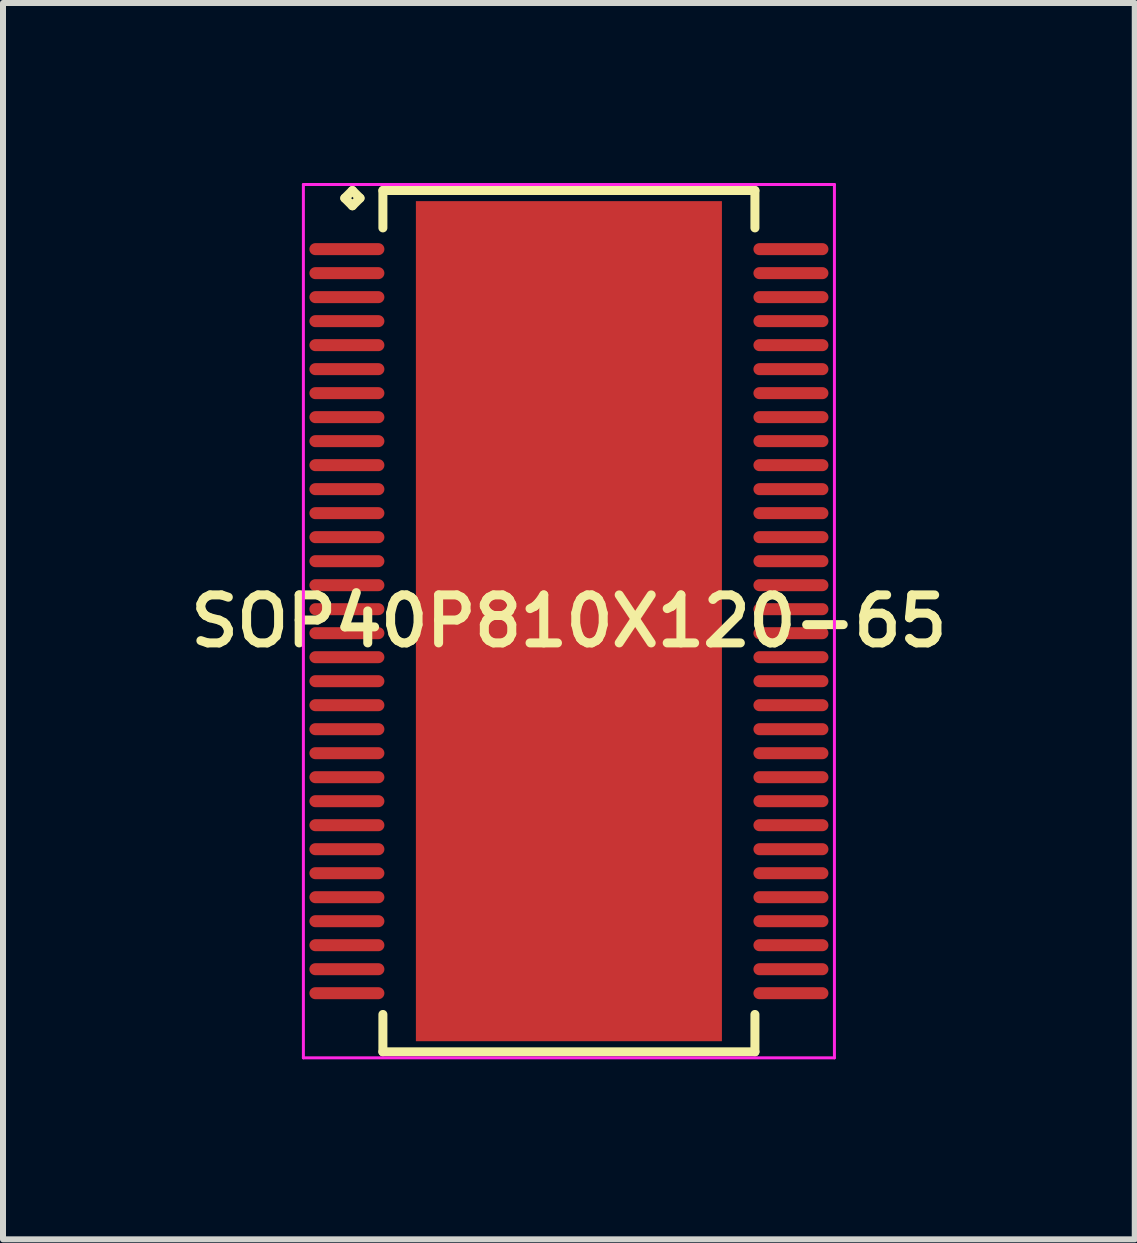
<source format=kicad_pcb>
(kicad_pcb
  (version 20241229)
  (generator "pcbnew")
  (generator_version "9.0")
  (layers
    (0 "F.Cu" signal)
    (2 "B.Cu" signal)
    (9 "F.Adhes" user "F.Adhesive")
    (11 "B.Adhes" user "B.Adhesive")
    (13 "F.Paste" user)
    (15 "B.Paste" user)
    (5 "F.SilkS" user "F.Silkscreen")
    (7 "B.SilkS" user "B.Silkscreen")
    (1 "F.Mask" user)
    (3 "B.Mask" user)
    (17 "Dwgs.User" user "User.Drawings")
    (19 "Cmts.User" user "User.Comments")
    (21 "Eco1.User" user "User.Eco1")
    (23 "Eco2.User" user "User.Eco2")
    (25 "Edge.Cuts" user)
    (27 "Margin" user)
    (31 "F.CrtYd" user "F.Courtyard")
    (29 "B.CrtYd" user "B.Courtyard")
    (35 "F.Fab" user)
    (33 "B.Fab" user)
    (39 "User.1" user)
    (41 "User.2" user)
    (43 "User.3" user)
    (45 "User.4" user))
  (footprint "SOP40P810X120-65"
    (layer "F.Cu")
    (at 6.431 7.302)
    (property "Reference" "SOP40P810X120-65" (at 0 0 0) (layer "F.SilkS") (effects (font (size 0.8 0.8) (thickness 0.15))))
    (attr smd)
    (fp_line (start -3.735 -7.05) (end -3.608 -7.177) (stroke (width 0.15) (type solid)) (layer "F.SilkS"))
    (fp_line (start -3.608 -7.177) (end -3.481 -7.05) (stroke (width 0.15) (type solid)) (layer "F.SilkS"))
    (fp_line (start -3.608 -6.923) (end -3.735 -7.05) (stroke (width 0.15) (type solid)) (layer "F.SilkS"))
    (fp_line (start -3.481 -7.05) (end -3.608 -6.923) (stroke (width 0.15) (type solid)) (layer "F.SilkS"))
    (fp_line (start -3.1 -7.177) (end 3.1 -7.177) (stroke (width 0.15) (type solid)) (layer "F.SilkS"))
    (fp_line (start -3.1 -6.554) (end -3.1 -7.177) (stroke (width 0.15) (type solid)) (layer "F.SilkS"))
    (fp_line (start -3.1 6.554) (end -3.1 7.177) (stroke (width 0.15) (type solid)) (layer "F.SilkS"))
    (fp_line (start -3.1 7.177) (end 3.1 7.177) (stroke (width 0.15) (type solid)) (layer "F.SilkS"))
    (fp_line (start 3.1 -7.177) (end 3.1 -6.554) (stroke (width 0.15) (type solid)) (layer "F.SilkS"))
    (fp_line (start 3.1 7.177) (end 3.1 6.554) (stroke (width 0.15) (type solid)) (layer "F.SilkS"))
    (fp_line (start -4.425 -7.277) (end 4.425 -7.277) (stroke (width 0.05) (type solid)) (layer "F.CrtYd"))
    (fp_line (start -4.425 7.277) (end -4.425 -7.277) (stroke (width 0.05) (type solid)) (layer "F.CrtYd"))
    (fp_line (start 4.425 -7.277) (end 4.425 7.277) (stroke (width 0.05) (type solid)) (layer "F.CrtYd"))
    (fp_line (start 4.425 7.277) (end -4.425 7.277) (stroke (width 0.05) (type solid)) (layer "F.CrtYd"))
    (pad "1" smd oval (at -3.7 -6.2) (size 1.25 0.2) (layers "F.Cu" "F.Mask" "F.Paste"))
    (pad "2" smd oval (at -3.7 -5.8) (size 1.25 0.2) (layers "F.Cu" "F.Mask" "F.Paste"))
    (pad "3" smd oval (at -3.7 -5.4) (size 1.25 0.2) (layers "F.Cu" "F.Mask" "F.Paste"))
    (pad "4" smd oval (at -3.7 -5) (size 1.25 0.2) (layers "F.Cu" "F.Mask" "F.Paste"))
    (pad "5" smd oval (at -3.7 -4.6) (size 1.25 0.2) (layers "F.Cu" "F.Mask" "F.Paste"))
    (pad "6" smd oval (at -3.7 -4.2) (size 1.25 0.2) (layers "F.Cu" "F.Mask" "F.Paste"))
    (pad "7" smd oval (at -3.7 -3.8) (size 1.25 0.2) (layers "F.Cu" "F.Mask" "F.Paste"))
    (pad "8" smd oval (at -3.7 -3.4) (size 1.25 0.2) (layers "F.Cu" "F.Mask" "F.Paste"))
    (pad "9" smd oval (at -3.7 -3) (size 1.25 0.2) (layers "F.Cu" "F.Mask" "F.Paste"))
    (pad "10" smd oval (at -3.7 -2.6) (size 1.25 0.2) (layers "F.Cu" "F.Mask" "F.Paste"))
    (pad "11" smd oval (at -3.7 -2.2) (size 1.25 0.2) (layers "F.Cu" "F.Mask" "F.Paste"))
    (pad "12" smd oval (at -3.7 -1.8) (size 1.25 0.2) (layers "F.Cu" "F.Mask" "F.Paste"))
    (pad "13" smd oval (at -3.7 -1.4) (size 1.25 0.2) (layers "F.Cu" "F.Mask" "F.Paste"))
    (pad "14" smd oval (at -3.7 -1) (size 1.25 0.2) (layers "F.Cu" "F.Mask" "F.Paste"))
    (pad "15" smd oval (at -3.7 -0.6) (size 1.25 0.2) (layers "F.Cu" "F.Mask" "F.Paste"))
    (pad "16" smd oval (at -3.7 -0.2) (size 1.25 0.2) (layers "F.Cu" "F.Mask" "F.Paste"))
    (pad "17" smd oval (at -3.7 0.2) (size 1.25 0.2) (layers "F.Cu" "F.Mask" "F.Paste"))
    (pad "18" smd oval (at -3.7 0.6) (size 1.25 0.2) (layers "F.Cu" "F.Mask" "F.Paste"))
    (pad "19" smd oval (at -3.7 1) (size 1.25 0.2) (layers "F.Cu" "F.Mask" "F.Paste"))
    (pad "20" smd oval (at -3.7 1.4) (size 1.25 0.2) (layers "F.Cu" "F.Mask" "F.Paste"))
    (pad "21" smd oval (at -3.7 1.8) (size 1.25 0.2) (layers "F.Cu" "F.Mask" "F.Paste"))
    (pad "22" smd oval (at -3.7 2.2) (size 1.25 0.2) (layers "F.Cu" "F.Mask" "F.Paste"))
    (pad "23" smd oval (at -3.7 2.6) (size 1.25 0.2) (layers "F.Cu" "F.Mask" "F.Paste"))
    (pad "24" smd oval (at -3.7 3) (size 1.25 0.2) (layers "F.Cu" "F.Mask" "F.Paste"))
    (pad "25" smd oval (at -3.7 3.4) (size 1.25 0.2) (layers "F.Cu" "F.Mask" "F.Paste"))
    (pad "26" smd oval (at -3.7 3.8) (size 1.25 0.2) (layers "F.Cu" "F.Mask" "F.Paste"))
    (pad "27" smd oval (at -3.7 4.2) (size 1.25 0.2) (layers "F.Cu" "F.Mask" "F.Paste"))
    (pad "28" smd oval (at -3.7 4.6) (size 1.25 0.2) (layers "F.Cu" "F.Mask" "F.Paste"))
    (pad "29" smd oval (at -3.7 5) (size 1.25 0.2) (layers "F.Cu" "F.Mask" "F.Paste"))
    (pad "30" smd oval (at -3.7 5.4) (size 1.25 0.2) (layers "F.Cu" "F.Mask" "F.Paste"))
    (pad "31" smd oval (at -3.7 5.8) (size 1.25 0.2) (layers "F.Cu" "F.Mask" "F.Paste"))
    (pad "32" smd oval (at -3.7 6.2) (size 1.25 0.2) (layers "F.Cu" "F.Mask" "F.Paste"))
    (pad "33" smd oval (at 3.7 6.2) (size 1.25 0.2) (layers "F.Cu" "F.Mask" "F.Paste"))
    (pad "34" smd oval (at 3.7 5.8) (size 1.25 0.2) (layers "F.Cu" "F.Mask" "F.Paste"))
    (pad "35" smd oval (at 3.7 5.4) (size 1.25 0.2) (layers "F.Cu" "F.Mask" "F.Paste"))
    (pad "36" smd oval (at 3.7 5) (size 1.25 0.2) (layers "F.Cu" "F.Mask" "F.Paste"))
    (pad "37" smd oval (at 3.7 4.6) (size 1.25 0.2) (layers "F.Cu" "F.Mask" "F.Paste"))
    (pad "38" smd oval (at 3.7 4.2) (size 1.25 0.2) (layers "F.Cu" "F.Mask" "F.Paste"))
    (pad "39" smd oval (at 3.7 3.8) (size 1.25 0.2) (layers "F.Cu" "F.Mask" "F.Paste"))
    (pad "40" smd oval (at 3.7 3.4) (size 1.25 0.2) (layers "F.Cu" "F.Mask" "F.Paste"))
    (pad "41" smd oval (at 3.7 3) (size 1.25 0.2) (layers "F.Cu" "F.Mask" "F.Paste"))
    (pad "42" smd oval (at 3.7 2.6) (size 1.25 0.2) (layers "F.Cu" "F.Mask" "F.Paste"))
    (pad "43" smd oval (at 3.7 2.2) (size 1.25 0.2) (layers "F.Cu" "F.Mask" "F.Paste"))
    (pad "44" smd oval (at 3.7 1.8) (size 1.25 0.2) (layers "F.Cu" "F.Mask" "F.Paste"))
    (pad "45" smd oval (at 3.7 1.4) (size 1.25 0.2) (layers "F.Cu" "F.Mask" "F.Paste"))
    (pad "46" smd oval (at 3.7 1) (size 1.25 0.2) (layers "F.Cu" "F.Mask" "F.Paste"))
    (pad "47" smd oval (at 3.7 0.6) (size 1.25 0.2) (layers "F.Cu" "F.Mask" "F.Paste"))
    (pad "48" smd oval (at 3.7 0.2) (size 1.25 0.2) (layers "F.Cu" "F.Mask" "F.Paste"))
    (pad "49" smd oval (at 3.7 -0.2) (size 1.25 0.2) (layers "F.Cu" "F.Mask" "F.Paste"))
    (pad "50" smd oval (at 3.7 -0.6) (size 1.25 0.2) (layers "F.Cu" "F.Mask" "F.Paste"))
    (pad "51" smd oval (at 3.7 -1) (size 1.25 0.2) (layers "F.Cu" "F.Mask" "F.Paste"))
    (pad "52" smd oval (at 3.7 -1.4) (size 1.25 0.2) (layers "F.Cu" "F.Mask" "F.Paste"))
    (pad "53" smd oval (at 3.7 -1.8) (size 1.25 0.2) (layers "F.Cu" "F.Mask" "F.Paste"))
    (pad "54" smd oval (at 3.7 -2.2) (size 1.25 0.2) (layers "F.Cu" "F.Mask" "F.Paste"))
    (pad "55" smd oval (at 3.7 -2.6) (size 1.25 0.2) (layers "F.Cu" "F.Mask" "F.Paste"))
    (pad "56" smd oval (at 3.7 -3) (size 1.25 0.2) (layers "F.Cu" "F.Mask" "F.Paste"))
    (pad "57" smd oval (at 3.7 -3.4) (size 1.25 0.2) (layers "F.Cu" "F.Mask" "F.Paste"))
    (pad "58" smd oval (at 3.7 -3.8) (size 1.25 0.2) (layers "F.Cu" "F.Mask" "F.Paste"))
    (pad "59" smd oval (at 3.7 -4.2) (size 1.25 0.2) (layers "F.Cu" "F.Mask" "F.Paste"))
    (pad "60" smd oval (at 3.7 -4.6) (size 1.25 0.2) (layers "F.Cu" "F.Mask" "F.Paste"))
    (pad "61" smd oval (at 3.7 -5) (size 1.25 0.2) (layers "F.Cu" "F.Mask" "F.Paste"))
    (pad "62" smd oval (at 3.7 -5.4) (size 1.25 0.2) (layers "F.Cu" "F.Mask" "F.Paste"))
    (pad "63" smd oval (at 3.7 -5.8) (size 1.25 0.2) (layers "F.Cu" "F.Mask" "F.Paste"))
    (pad "64" smd oval (at 3.7 -6.2) (size 1.25 0.2) (layers "F.Cu" "F.Mask" "F.Paste"))
    (pad "65" smd rect (at 0 0) (size 5.1 14) (layers "F.Cu" "F.Mask" "F.Paste")))
  (gr_rect
    (start -3 -3)
    (end 15.861 17.604)
    (stroke (width 0.1) (type default))
    (fill no)
    (layer "Edge.Cuts")))
</source>
